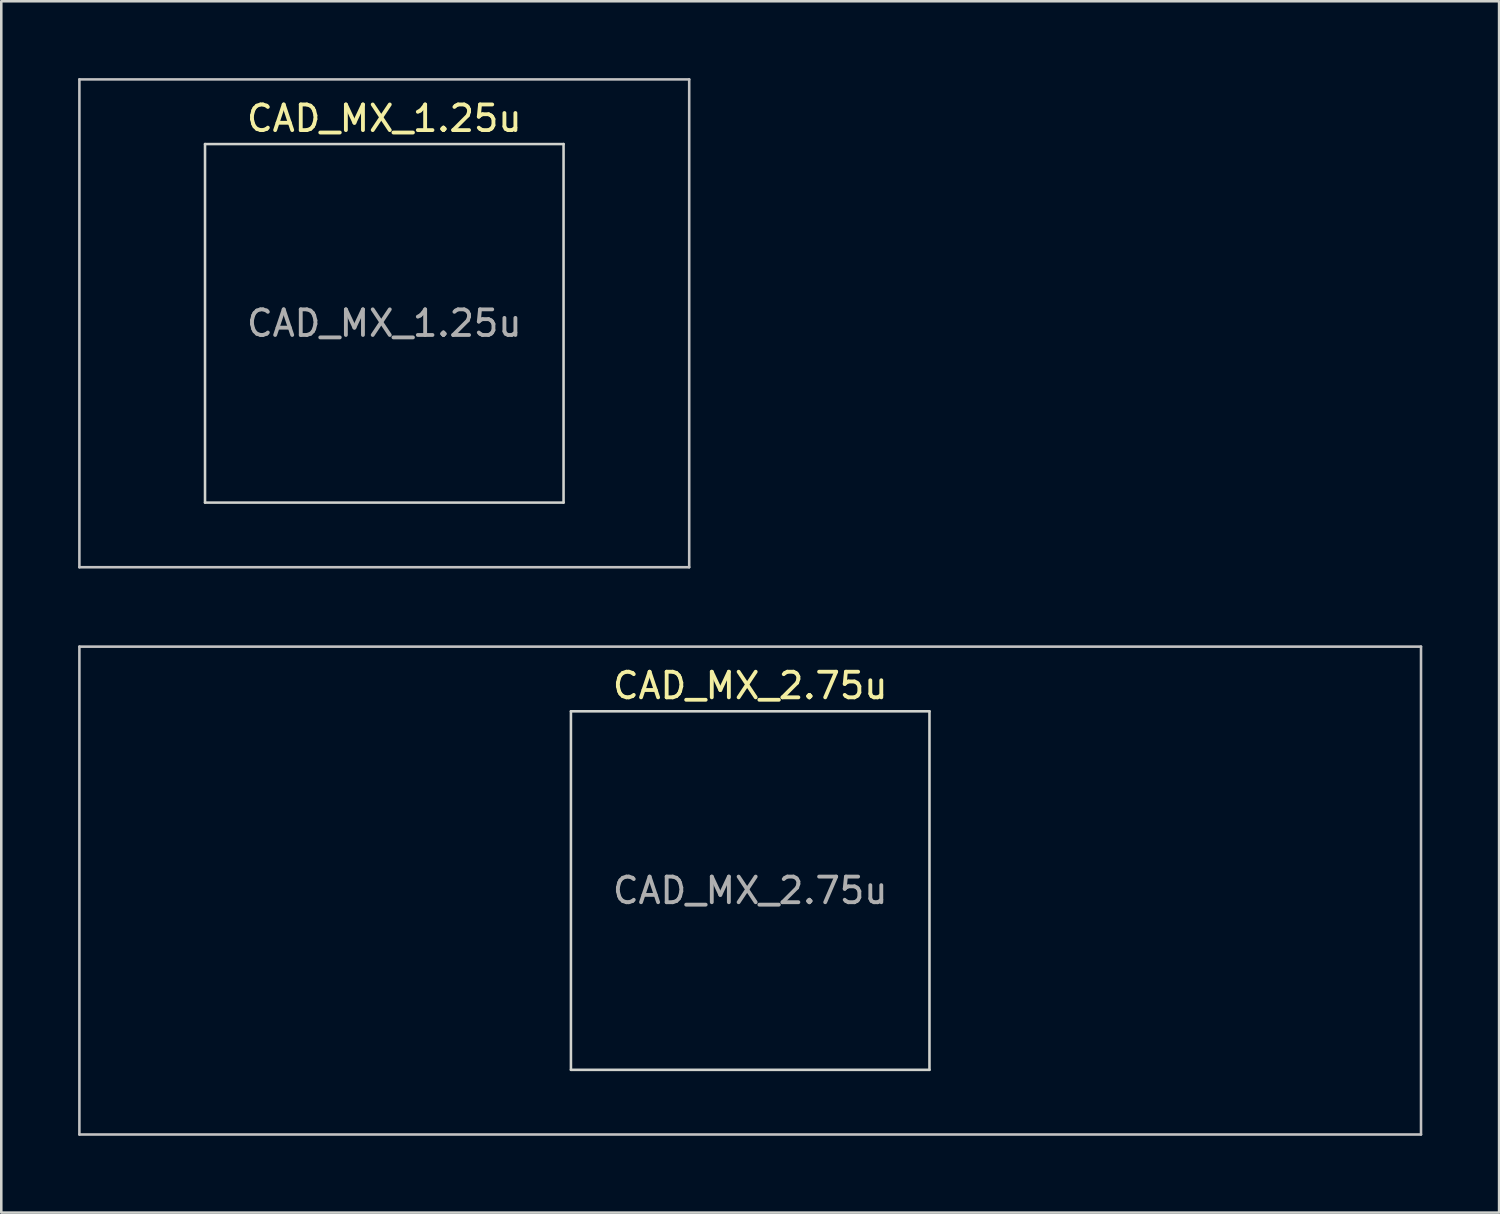
<source format=kicad_pcb>
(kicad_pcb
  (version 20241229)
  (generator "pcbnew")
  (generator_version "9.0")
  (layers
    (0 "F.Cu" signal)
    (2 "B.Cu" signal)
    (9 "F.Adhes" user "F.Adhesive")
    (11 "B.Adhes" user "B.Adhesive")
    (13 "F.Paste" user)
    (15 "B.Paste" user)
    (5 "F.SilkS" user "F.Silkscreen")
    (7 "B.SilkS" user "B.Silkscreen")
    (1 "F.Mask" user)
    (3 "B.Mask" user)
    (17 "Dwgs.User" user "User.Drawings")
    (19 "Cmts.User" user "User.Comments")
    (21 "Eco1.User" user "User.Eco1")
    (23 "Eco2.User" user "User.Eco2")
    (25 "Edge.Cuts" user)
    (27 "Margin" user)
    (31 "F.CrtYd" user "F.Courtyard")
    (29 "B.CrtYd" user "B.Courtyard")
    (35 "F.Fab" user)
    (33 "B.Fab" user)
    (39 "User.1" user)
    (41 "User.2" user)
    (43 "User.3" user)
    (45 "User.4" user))
  (footprint "CAD_MX_2.75u"
    (layer "F.Cu")
    (at 26.244 31.725)
    (property "Reference" "CAD_MX_2.75u" (at 0 -8 0) (layer "F.SilkS") (effects (font (size 1 1) (thickness 0.15))))
    (attr through_hole)
    (fp_line (start -26.194 -9.525) (end -26.194 9.525) (stroke (width 0.1) (type solid)) (layer "Dwgs.User"))
    (fp_line (start -26.194 9.525) (end 26.194 9.525) (stroke (width 0.1) (type solid)) (layer "Dwgs.User"))
    (fp_line (start 26.194 -9.525) (end -26.194 -9.525) (stroke (width 0.1) (type solid)) (layer "Dwgs.User"))
    (fp_line (start 26.194 9.525) (end 26.194 -9.525) (stroke (width 0.1) (type solid)) (layer "Dwgs.User"))
    (fp_line (start -7 -7) (end -7 7) (stroke (width 0.1) (type solid)) (layer "Edge.Cuts"))
    (fp_line (start -7 7) (end 7 7) (stroke (width 0.1) (type solid)) (layer "Edge.Cuts"))
    (fp_line (start 7 -7) (end -7 -7) (stroke (width 0.1) (type solid)) (layer "Edge.Cuts"))
    (fp_line (start 7 7) (end 7 -7) (stroke (width 0.1) (type solid)) (layer "Edge.Cuts"))
    (fp_text user "${REFERENCE}" (at 0 0 0) (layer "F.Fab") (effects (font (size 1 1) (thickness 0.15)))))
  (footprint "CAD_MX_1.25u"
    (layer "F.Cu")
    (at 11.956 9.575)
    (property "Reference" "CAD_MX_1.25u" (at 0 -8 0) (layer "F.SilkS") (effects (font (size 1 1) (thickness 0.15))))
    (attr through_hole)
    (fp_line (start -11.906 -9.525) (end -11.906 9.525) (stroke (width 0.1) (type solid)) (layer "Dwgs.User"))
    (fp_line (start -11.906 9.525) (end 11.906 9.525) (stroke (width 0.1) (type solid)) (layer "Dwgs.User"))
    (fp_line (start 11.906 -9.525) (end -11.906 -9.525) (stroke (width 0.1) (type solid)) (layer "Dwgs.User"))
    (fp_line (start 11.906 9.525) (end 11.906 -9.525) (stroke (width 0.1) (type solid)) (layer "Dwgs.User"))
    (fp_line (start -7 -7) (end -7 7) (stroke (width 0.1) (type solid)) (layer "Edge.Cuts"))
    (fp_line (start -7 7) (end 7 7) (stroke (width 0.1) (type solid)) (layer "Edge.Cuts"))
    (fp_line (start 7 -7) (end -7 -7) (stroke (width 0.1) (type solid)) (layer "Edge.Cuts"))
    (fp_line (start 7 7) (end 7 -7) (stroke (width 0.1) (type solid)) (layer "Edge.Cuts"))
    (fp_text user "${REFERENCE}" (at 0 0 0) (layer "F.Fab") (effects (font (size 1 1) (thickness 0.15)))))
  (gr_rect
    (start -3 -3)
    (end 55.487 44.3)
    (stroke (width 0.1) (type default))
    (fill no)
    (layer "Edge.Cuts")))
</source>
